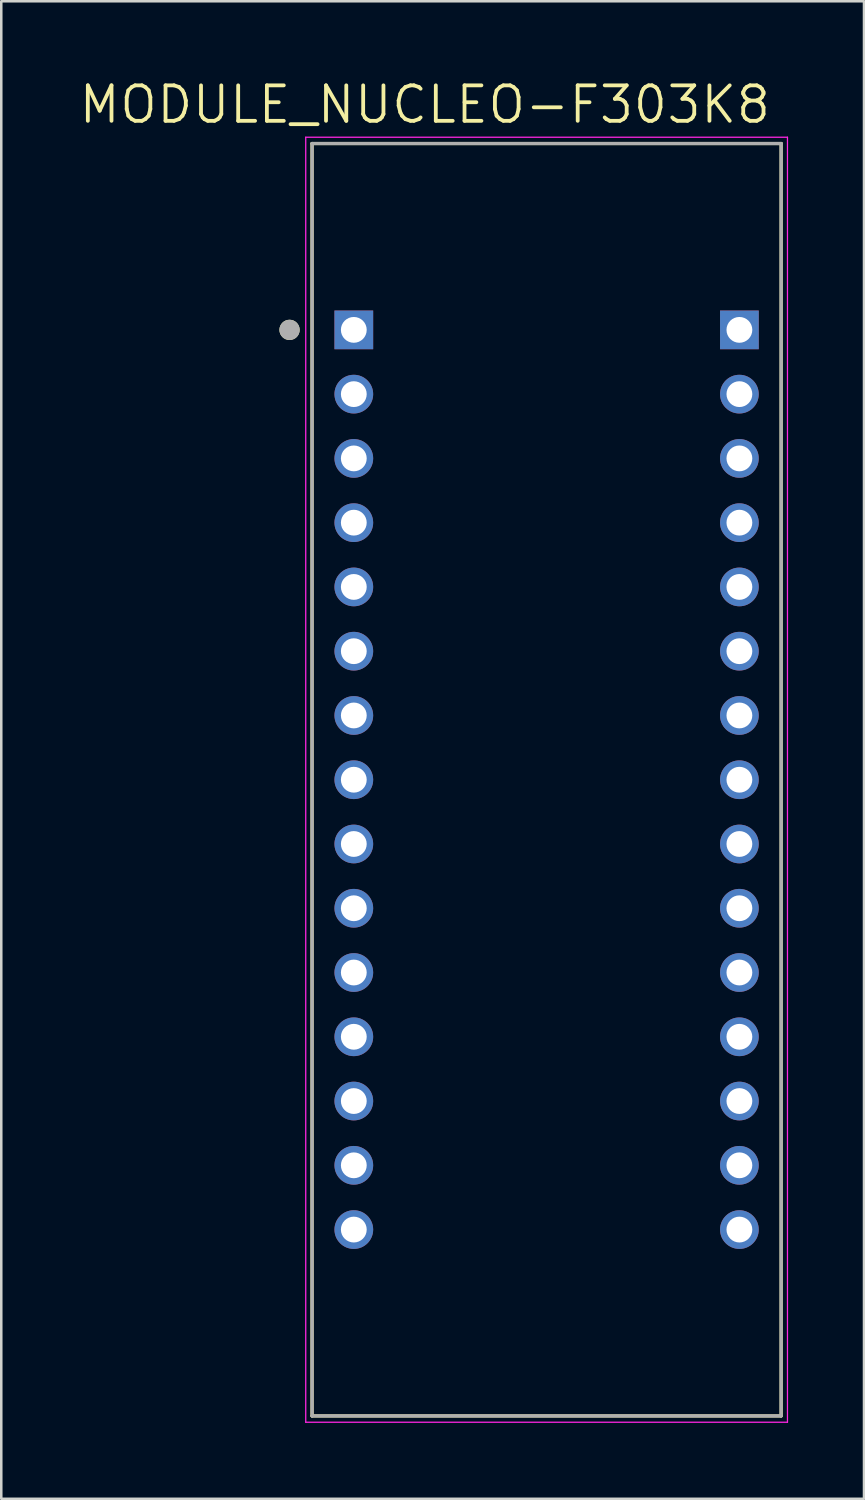
<source format=kicad_pcb>
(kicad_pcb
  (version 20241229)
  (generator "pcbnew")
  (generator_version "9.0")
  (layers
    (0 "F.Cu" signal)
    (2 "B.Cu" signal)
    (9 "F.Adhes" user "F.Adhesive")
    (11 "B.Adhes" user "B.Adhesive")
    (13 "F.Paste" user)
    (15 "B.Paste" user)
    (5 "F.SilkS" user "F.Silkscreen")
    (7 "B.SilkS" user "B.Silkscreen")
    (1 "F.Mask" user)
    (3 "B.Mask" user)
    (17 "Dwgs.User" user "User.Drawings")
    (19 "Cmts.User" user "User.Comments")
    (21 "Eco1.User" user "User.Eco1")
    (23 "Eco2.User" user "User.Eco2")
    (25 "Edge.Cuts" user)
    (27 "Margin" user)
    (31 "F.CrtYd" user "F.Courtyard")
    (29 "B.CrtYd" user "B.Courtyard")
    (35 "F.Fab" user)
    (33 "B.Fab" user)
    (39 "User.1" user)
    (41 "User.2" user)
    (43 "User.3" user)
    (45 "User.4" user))
  (footprint "MODULE_NUCLEO-F303K8"
    (layer "F.Cu")
    (at 18.554 27.768)
    (property "Reference" "MODULE_NUCLEO-F303K8" (at -4.813 -26.684 0) (layer "F.SilkS") (effects (font (size 1.402 1.402) (thickness 0.15))))
    (attr through_hole)
    (fp_line (start -9.27 -25.145) (end 9.27 -25.145) (stroke (width 0.127) (type solid)) (layer "F.SilkS"))
    (fp_line (start -9.27 25.145) (end -9.27 -25.145) (stroke (width 0.127) (type solid)) (layer "F.SilkS"))
    (fp_line (start 9.27 -25.145) (end 9.27 25.145) (stroke (width 0.127) (type solid)) (layer "F.SilkS"))
    (fp_line (start 9.27 25.145) (end -9.27 25.145) (stroke (width 0.127) (type solid)) (layer "F.SilkS"))
    (fp_circle (center -10.16 -17.78) (end -9.96 -17.78) (stroke (width 0.4) (type solid)) (fill no) (layer "F.SilkS"))
    (fp_line (start -9.52 -25.395) (end 9.52 -25.395) (stroke (width 0.05) (type solid)) (layer "F.CrtYd"))
    (fp_line (start -9.52 25.395) (end -9.52 -25.395) (stroke (width 0.05) (type solid)) (layer "F.CrtYd"))
    (fp_line (start 9.52 -25.395) (end 9.52 25.395) (stroke (width 0.05) (type solid)) (layer "F.CrtYd"))
    (fp_line (start 9.52 25.395) (end -9.52 25.395) (stroke (width 0.05) (type solid)) (layer "F.CrtYd"))
    (fp_line (start -9.27 -25.145) (end 9.27 -25.145) (stroke (width 0.127) (type solid)) (layer "F.Fab"))
    (fp_line (start -9.27 25.145) (end -9.27 -25.145) (stroke (width 0.127) (type solid)) (layer "F.Fab"))
    (fp_line (start 9.27 -25.145) (end 9.27 25.145) (stroke (width 0.127) (type solid)) (layer "F.Fab"))
    (fp_line (start 9.27 25.145) (end -9.27 25.145) (stroke (width 0.127) (type solid)) (layer "F.Fab"))
    (fp_circle (center -10.16 -17.78) (end -9.96 -17.78) (stroke (width 0.4) (type solid)) (fill no) (layer "F.Fab"))
    (pad "3_1" thru_hole rect (at -7.62 -17.78) (size 1.53 1.53) (drill 1.02) (layers "*.Cu" "*.Mask"))
    (pad "3_2" thru_hole circle (at -7.62 -15.24) (size 1.53 1.53) (drill 1.02) (layers "*.Cu" "*.Mask"))
    (pad "3_3" thru_hole circle (at -7.62 -12.7) (size 1.53 1.53) (drill 1.02) (layers "*.Cu" "*.Mask"))
    (pad "3_4" thru_hole circle (at -7.62 -10.16) (size 1.53 1.53) (drill 1.02) (layers "*.Cu" "*.Mask"))
    (pad "3_5" thru_hole circle (at -7.62 -7.62) (size 1.53 1.53) (drill 1.02) (layers "*.Cu" "*.Mask"))
    (pad "3_6" thru_hole circle (at -7.62 -5.08) (size 1.53 1.53) (drill 1.02) (layers "*.Cu" "*.Mask"))
    (pad "3_7" thru_hole circle (at -7.62 -2.54) (size 1.53 1.53) (drill 1.02) (layers "*.Cu" "*.Mask"))
    (pad "3_8" thru_hole circle (at -7.62 0) (size 1.53 1.53) (drill 1.02) (layers "*.Cu" "*.Mask"))
    (pad "3_9" thru_hole circle (at -7.62 2.54) (size 1.53 1.53) (drill 1.02) (layers "*.Cu" "*.Mask"))
    (pad "3_10" thru_hole circle (at -7.62 5.08) (size 1.53 1.53) (drill 1.02) (layers "*.Cu" "*.Mask"))
    (pad "3_11" thru_hole circle (at -7.62 7.62) (size 1.53 1.53) (drill 1.02) (layers "*.Cu" "*.Mask"))
    (pad "3_12" thru_hole circle (at -7.62 10.16) (size 1.53 1.53) (drill 1.02) (layers "*.Cu" "*.Mask"))
    (pad "3_13" thru_hole circle (at -7.62 12.7) (size 1.53 1.53) (drill 1.02) (layers "*.Cu" "*.Mask"))
    (pad "3_14" thru_hole circle (at -7.62 15.24) (size 1.53 1.53) (drill 1.02) (layers "*.Cu" "*.Mask"))
    (pad "3_15" thru_hole circle (at -7.62 17.78) (size 1.53 1.53) (drill 1.02) (layers "*.Cu" "*.Mask"))
    (pad "4_1" thru_hole rect (at 7.62 -17.78) (size 1.53 1.53) (drill 1.02) (layers "*.Cu" "*.Mask"))
    (pad "4_2" thru_hole circle (at 7.62 -15.24) (size 1.53 1.53) (drill 1.02) (layers "*.Cu" "*.Mask"))
    (pad "4_3" thru_hole circle (at 7.62 -12.7) (size 1.53 1.53) (drill 1.02) (layers "*.Cu" "*.Mask"))
    (pad "4_4" thru_hole circle (at 7.62 -10.16) (size 1.53 1.53) (drill 1.02) (layers "*.Cu" "*.Mask"))
    (pad "4_5" thru_hole circle (at 7.62 -7.62) (size 1.53 1.53) (drill 1.02) (layers "*.Cu" "*.Mask"))
    (pad "4_6" thru_hole circle (at 7.62 -5.08) (size 1.53 1.53) (drill 1.02) (layers "*.Cu" "*.Mask"))
    (pad "4_7" thru_hole circle (at 7.62 -2.54) (size 1.53 1.53) (drill 1.02) (layers "*.Cu" "*.Mask"))
    (pad "4_8" thru_hole circle (at 7.62 0) (size 1.53 1.53) (drill 1.02) (layers "*.Cu" "*.Mask"))
    (pad "4_9" thru_hole circle (at 7.62 2.54) (size 1.53 1.53) (drill 1.02) (layers "*.Cu" "*.Mask"))
    (pad "4_10" thru_hole circle (at 7.62 5.08) (size 1.53 1.53) (drill 1.02) (layers "*.Cu" "*.Mask"))
    (pad "4_11" thru_hole circle (at 7.62 7.62) (size 1.53 1.53) (drill 1.02) (layers "*.Cu" "*.Mask"))
    (pad "4_12" thru_hole circle (at 7.62 10.16) (size 1.53 1.53) (drill 1.02) (layers "*.Cu" "*.Mask"))
    (pad "4_13" thru_hole circle (at 7.62 12.7) (size 1.53 1.53) (drill 1.02) (layers "*.Cu" "*.Mask"))
    (pad "4_14" thru_hole circle (at 7.62 15.24) (size 1.53 1.53) (drill 1.02) (layers "*.Cu" "*.Mask"))
    (pad "4_15" thru_hole circle (at 7.62 17.78) (size 1.53 1.53) (drill 1.02) (layers "*.Cu" "*.Mask")))
  (gr_rect
    (start -3 -3)
    (end 31.099 56.188)
    (stroke (width 0.1) (type default))
    (fill no)
    (layer "Edge.Cuts")))
</source>
